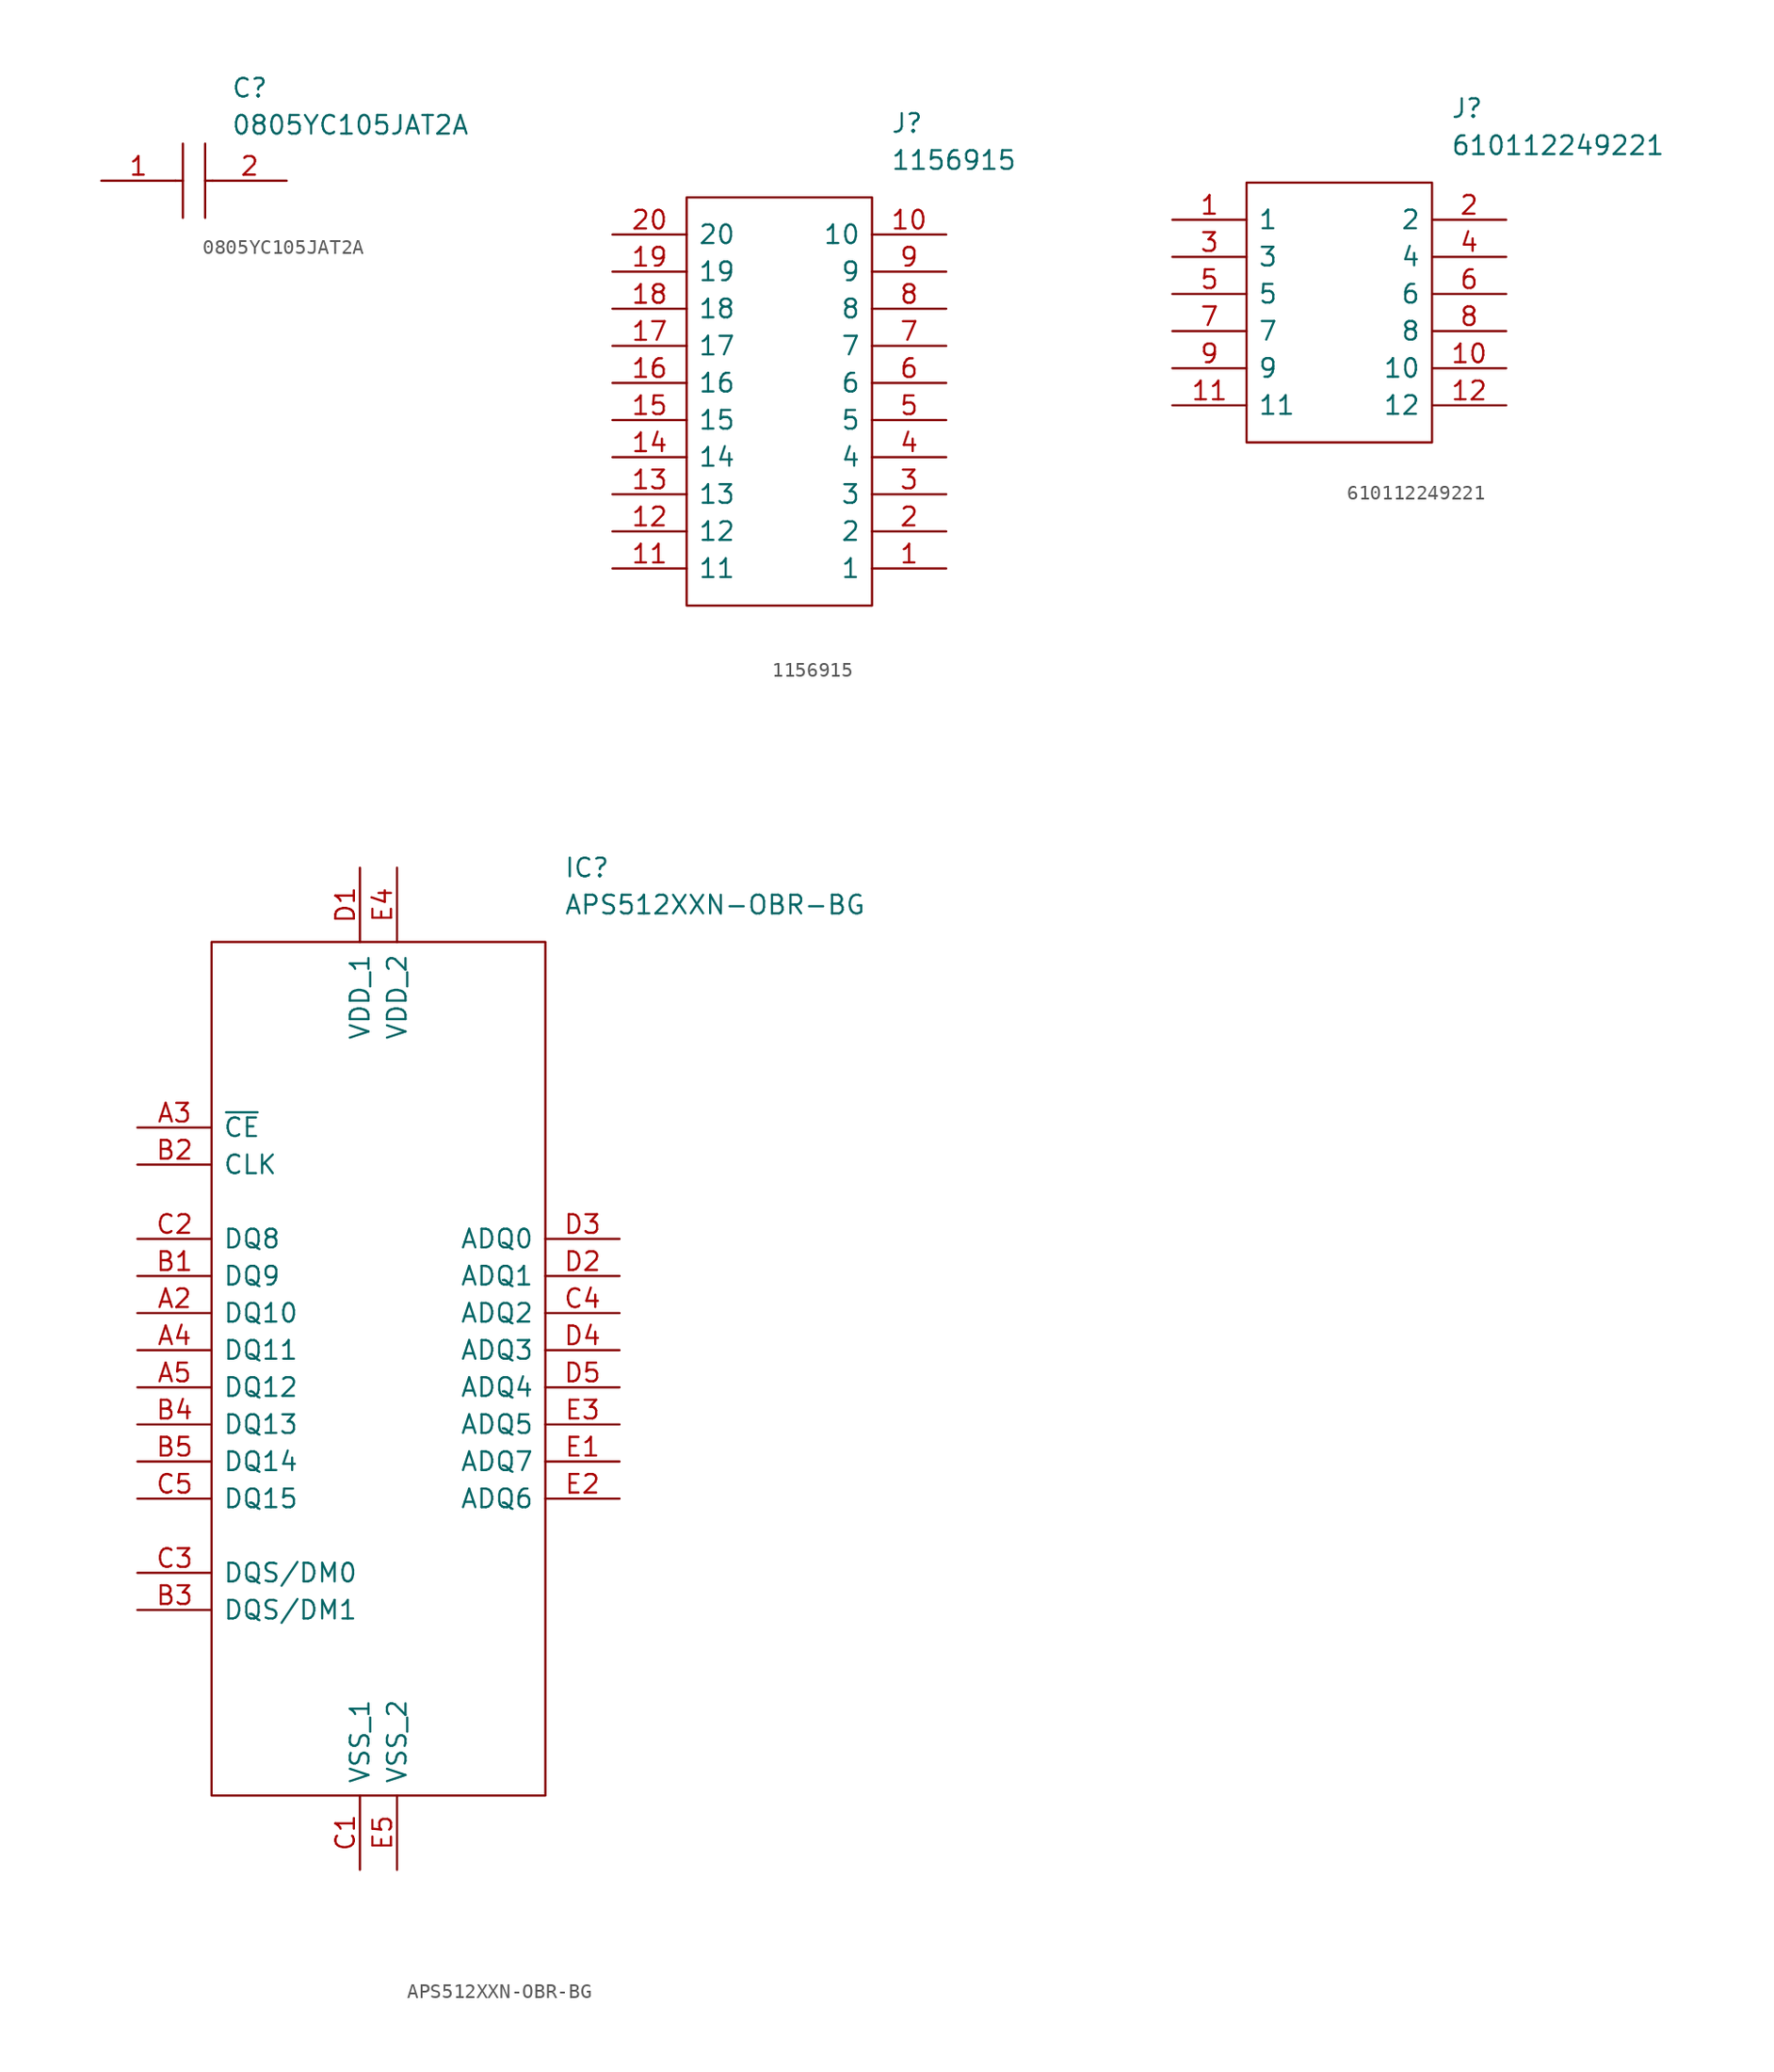
<source format=kicad_sym>
(kicad_symbol_lib
  (version 20231120)
  (generator "kicad_symbol_editor")
  (generator_version "8.0")
  (symbol "0805YC105JAT2A"
    (pin_names
      (offset 0.762))
    (property "Reference" "C"
      (at 8.89 6.35 0)
      (effects (font (size 1.27 1.27)) (justify left)))
    (property "Value" "0805YC105JAT2A"
      (at 8.89 3.81 0)
      (effects (font (size 1.27 1.27)) (justify left)))
    (symbol "0805YC105JAT2A_0_0"
      (pin passive line (at 0 0 0) (length 5.08) (name "~" (effects (font (size 1.27 1.27)))) (number "1" (effects (font (size 1.27 1.27)))))
      (pin passive line (at 12.7 0 180) (length 5.08) (name "~" (effects (font (size 1.27 1.27)))) (number "2" (effects (font (size 1.27 1.27))))))
    (symbol "0805YC105JAT2A_0_1"
      (polyline (pts (xy 5.08 0) (xy 5.588 0)) (stroke (width 0.152) (type default)) (fill (type none)))
      (polyline (pts (xy 5.588 2.54) (xy 5.588 -2.54)) (stroke (width 0.152) (type default)) (fill (type none)))
      (polyline (pts (xy 7.112 0) (xy 7.62 0)) (stroke (width 0.152) (type default)) (fill (type none)))
      (polyline (pts (xy 7.112 2.54) (xy 7.112 -2.54)) (stroke (width 0.152) (type default)) (fill (type none)))))
  (symbol "1156915"
    (pin_names
      (offset 0.762))
    (property "Reference" "J"
      (at 19.05 7.62 0)
      (effects (font (size 1.27 1.27)) (justify left)))
    (property "Value" "1156915"
      (at 19.05 5.08 0)
      (effects (font (size 1.27 1.27)) (justify left)))
    (symbol "1156915_0_0"
      (pin passive line (at 22.86 -22.86 180) (length 5.08) (name "1" (effects (font (size 1.27 1.27)))) (number "1" (effects (font (size 1.27 1.27)))))
      (pin passive line (at 22.86 0 180) (length 5.08) (name "10" (effects (font (size 1.27 1.27)))) (number "10" (effects (font (size 1.27 1.27)))))
      (pin passive line (at 0 -22.86 0) (length 5.08) (name "11" (effects (font (size 1.27 1.27)))) (number "11" (effects (font (size 1.27 1.27)))))
      (pin passive line (at 0 -20.32 0) (length 5.08) (name "12" (effects (font (size 1.27 1.27)))) (number "12" (effects (font (size 1.27 1.27)))))
      (pin passive line (at 0 -17.78 0) (length 5.08) (name "13" (effects (font (size 1.27 1.27)))) (number "13" (effects (font (size 1.27 1.27)))))
      (pin passive line (at 0 -15.24 0) (length 5.08) (name "14" (effects (font (size 1.27 1.27)))) (number "14" (effects (font (size 1.27 1.27)))))
      (pin passive line (at 0 -12.7 0) (length 5.08) (name "15" (effects (font (size 1.27 1.27)))) (number "15" (effects (font (size 1.27 1.27)))))
      (pin passive line (at 0 -10.16 0) (length 5.08) (name "16" (effects (font (size 1.27 1.27)))) (number "16" (effects (font (size 1.27 1.27)))))
      (pin passive line (at 0 -7.62 0) (length 5.08) (name "17" (effects (font (size 1.27 1.27)))) (number "17" (effects (font (size 1.27 1.27)))))
      (pin passive line (at 0 -5.08 0) (length 5.08) (name "18" (effects (font (size 1.27 1.27)))) (number "18" (effects (font (size 1.27 1.27)))))
      (pin passive line (at 0 -2.54 0) (length 5.08) (name "19" (effects (font (size 1.27 1.27)))) (number "19" (effects (font (size 1.27 1.27)))))
      (pin passive line (at 22.86 -20.32 180) (length 5.08) (name "2" (effects (font (size 1.27 1.27)))) (number "2" (effects (font (size 1.27 1.27)))))
      (pin passive line (at 0 0 0) (length 5.08) (name "20" (effects (font (size 1.27 1.27)))) (number "20" (effects (font (size 1.27 1.27)))))
      (pin passive line (at 22.86 -17.78 180) (length 5.08) (name "3" (effects (font (size 1.27 1.27)))) (number "3" (effects (font (size 1.27 1.27)))))
      (pin passive line (at 22.86 -15.24 180) (length 5.08) (name "4" (effects (font (size 1.27 1.27)))) (number "4" (effects (font (size 1.27 1.27)))))
      (pin passive line (at 22.86 -12.7 180) (length 5.08) (name "5" (effects (font (size 1.27 1.27)))) (number "5" (effects (font (size 1.27 1.27)))))
      (pin passive line (at 22.86 -10.16 180) (length 5.08) (name "6" (effects (font (size 1.27 1.27)))) (number "6" (effects (font (size 1.27 1.27)))))
      (pin passive line (at 22.86 -7.62 180) (length 5.08) (name "7" (effects (font (size 1.27 1.27)))) (number "7" (effects (font (size 1.27 1.27)))))
      (pin passive line (at 22.86 -5.08 180) (length 5.08) (name "8" (effects (font (size 1.27 1.27)))) (number "8" (effects (font (size 1.27 1.27)))))
      (pin passive line (at 22.86 -2.54 180) (length 5.08) (name "9" (effects (font (size 1.27 1.27)))) (number "9" (effects (font (size 1.27 1.27))))))
    (symbol "1156915_0_1"
      (polyline (pts (xy 5.08 2.54) (xy 17.78 2.54) (xy 17.78 -25.4) (xy 5.08 -25.4) (xy 5.08 2.54)) (stroke (width 0.152) (type default)) (fill (type none)))))
  (symbol "610112249221"
    (pin_names
      (offset 0.762))
    (property "Reference" "J"
      (at 19.05 7.62 0)
      (effects (font (size 1.27 1.27)) (justify left)))
    (property "Value" "610112249221"
      (at 19.05 5.08 0)
      (effects (font (size 1.27 1.27)) (justify left)))
    (symbol "610112249221_0_0"
      (pin passive line (at 0 0 0) (length 5.08) (name "1" (effects (font (size 1.27 1.27)))) (number "1" (effects (font (size 1.27 1.27)))))
      (pin passive line (at 22.86 -10.16 180) (length 5.08) (name "10" (effects (font (size 1.27 1.27)))) (number "10" (effects (font (size 1.27 1.27)))))
      (pin passive line (at 0 -12.7 0) (length 5.08) (name "11" (effects (font (size 1.27 1.27)))) (number "11" (effects (font (size 1.27 1.27)))))
      (pin passive line (at 22.86 -12.7 180) (length 5.08) (name "12" (effects (font (size 1.27 1.27)))) (number "12" (effects (font (size 1.27 1.27)))))
      (pin passive line (at 22.86 0 180) (length 5.08) (name "2" (effects (font (size 1.27 1.27)))) (number "2" (effects (font (size 1.27 1.27)))))
      (pin passive line (at 0 -2.54 0) (length 5.08) (name "3" (effects (font (size 1.27 1.27)))) (number "3" (effects (font (size 1.27 1.27)))))
      (pin passive line (at 22.86 -2.54 180) (length 5.08) (name "4" (effects (font (size 1.27 1.27)))) (number "4" (effects (font (size 1.27 1.27)))))
      (pin passive line (at 0 -5.08 0) (length 5.08) (name "5" (effects (font (size 1.27 1.27)))) (number "5" (effects (font (size 1.27 1.27)))))
      (pin passive line (at 22.86 -5.08 180) (length 5.08) (name "6" (effects (font (size 1.27 1.27)))) (number "6" (effects (font (size 1.27 1.27)))))
      (pin passive line (at 0 -7.62 0) (length 5.08) (name "7" (effects (font (size 1.27 1.27)))) (number "7" (effects (font (size 1.27 1.27)))))
      (pin passive line (at 22.86 -7.62 180) (length 5.08) (name "8" (effects (font (size 1.27 1.27)))) (number "8" (effects (font (size 1.27 1.27)))))
      (pin passive line (at 0 -10.16 0) (length 5.08) (name "9" (effects (font (size 1.27 1.27)))) (number "9" (effects (font (size 1.27 1.27))))))
    (symbol "610112249221_0_1"
      (polyline (pts (xy 5.08 2.54) (xy 17.78 2.54) (xy 17.78 -15.24) (xy 5.08 -15.24) (xy 5.08 2.54)) (stroke (width 0.152) (type solid)) (fill (type none)))))
  (symbol "APS512XXN-OBR-BG"
    (pin_names
      (offset 0.762))
    (property "Reference" "IC"
      (at 29.21 17.78 0)
      (effects (font (size 1.27 1.27)) (justify left)))
    (property "Value" "APS512XXN-OBR-BG"
      (at 29.21 15.24 0)
      (effects (font (size 1.27 1.27)) (justify left)))
    (symbol "APS512XXN-OBR-BG_0_0"
      (pin passive line (at 0 -12.7 0) (length 5.08) (name "DQ10" (effects (font (size 1.27 1.27)))) (number "A2" (effects (font (size 1.27 1.27)))))
      (pin passive line (at 0 0 0) (length 5.08) (name "~{CE}" (effects (font (size 1.27 1.27)))) (number "A3" (effects (font (size 1.27 1.27)))))
      (pin passive line (at 0 -15.24 0) (length 5.08) (name "DQ11" (effects (font (size 1.27 1.27)))) (number "A4" (effects (font (size 1.27 1.27)))))
      (pin passive line (at 0 -17.78 0) (length 5.08) (name "DQ12" (effects (font (size 1.27 1.27)))) (number "A5" (effects (font (size 1.27 1.27)))))
      (pin passive line (at 0 -10.16 0) (length 5.08) (name "DQ9" (effects (font (size 1.27 1.27)))) (number "B1" (effects (font (size 1.27 1.27)))))
      (pin passive line (at 0 -2.54 0) (length 5.08) (name "CLK" (effects (font (size 1.27 1.27)))) (number "B2" (effects (font (size 1.27 1.27)))))
      (pin passive line (at 0 -33.02 0) (length 5.08) (name "DQS/DM1" (effects (font (size 1.27 1.27)))) (number "B3" (effects (font (size 1.27 1.27)))))
      (pin passive line (at 0 -20.32 0) (length 5.08) (name "DQ13" (effects (font (size 1.27 1.27)))) (number "B4" (effects (font (size 1.27 1.27)))))
      (pin passive line (at 0 -22.86 0) (length 5.08) (name "DQ14" (effects (font (size 1.27 1.27)))) (number "B5" (effects (font (size 1.27 1.27)))))
      (pin passive line (at 15.24 -50.8 90) (length 5.08) (name "VSS_1" (effects (font (size 1.27 1.27)))) (number "C1" (effects (font (size 1.27 1.27)))))
      (pin passive line (at 0 -7.62 0) (length 5.08) (name "DQ8" (effects (font (size 1.27 1.27)))) (number "C2" (effects (font (size 1.27 1.27)))))
      (pin passive line (at 0 -30.48 0) (length 5.08) (name "DQS/DM0" (effects (font (size 1.27 1.27)))) (number "C3" (effects (font (size 1.27 1.27)))))
      (pin passive line (at 33.02 -12.7 180) (length 5.08) (name "ADQ2" (effects (font (size 1.27 1.27)))) (number "C4" (effects (font (size 1.27 1.27)))))
      (pin passive line (at 0 -25.4 0) (length 5.08) (name "DQ15" (effects (font (size 1.27 1.27)))) (number "C5" (effects (font (size 1.27 1.27)))))
      (pin passive line (at 15.24 17.78 270) (length 5.08) (name "VDD_1" (effects (font (size 1.27 1.27)))) (number "D1" (effects (font (size 1.27 1.27)))))
      (pin passive line (at 33.02 -10.16 180) (length 5.08) (name "ADQ1" (effects (font (size 1.27 1.27)))) (number "D2" (effects (font (size 1.27 1.27)))))
      (pin passive line (at 33.02 -7.62 180) (length 5.08) (name "ADQ0" (effects (font (size 1.27 1.27)))) (number "D3" (effects (font (size 1.27 1.27)))))
      (pin passive line (at 33.02 -15.24 180) (length 5.08) (name "ADQ3" (effects (font (size 1.27 1.27)))) (number "D4" (effects (font (size 1.27 1.27)))))
      (pin passive line (at 33.02 -17.78 180) (length 5.08) (name "ADQ4" (effects (font (size 1.27 1.27)))) (number "D5" (effects (font (size 1.27 1.27)))))
      (pin passive line (at 33.02 -22.86 180) (length 5.08) (name "ADQ7" (effects (font (size 1.27 1.27)))) (number "E1" (effects (font (size 1.27 1.27)))))
      (pin passive line (at 33.02 -25.4 180) (length 5.08) (name "ADQ6" (effects (font (size 1.27 1.27)))) (number "E2" (effects (font (size 1.27 1.27)))))
      (pin passive line (at 33.02 -20.32 180) (length 5.08) (name "ADQ5" (effects (font (size 1.27 1.27)))) (number "E3" (effects (font (size 1.27 1.27)))))
      (pin passive line (at 17.78 17.78 270) (length 5.08) (name "VDD_2" (effects (font (size 1.27 1.27)))) (number "E4" (effects (font (size 1.27 1.27)))))
      (pin passive line (at 17.78 -50.8 90) (length 5.08) (name "VSS_2" (effects (font (size 1.27 1.27)))) (number "E5" (effects (font (size 1.27 1.27))))))
    (symbol "APS512XXN-OBR-BG_0_1"
      (polyline (pts (xy 5.08 12.7) (xy 27.94 12.7) (xy 27.94 -45.72) (xy 5.08 -45.72) (xy 5.08 12.7)) (stroke (width 0.152) (type solid)) (fill (type none))))))
</source>
